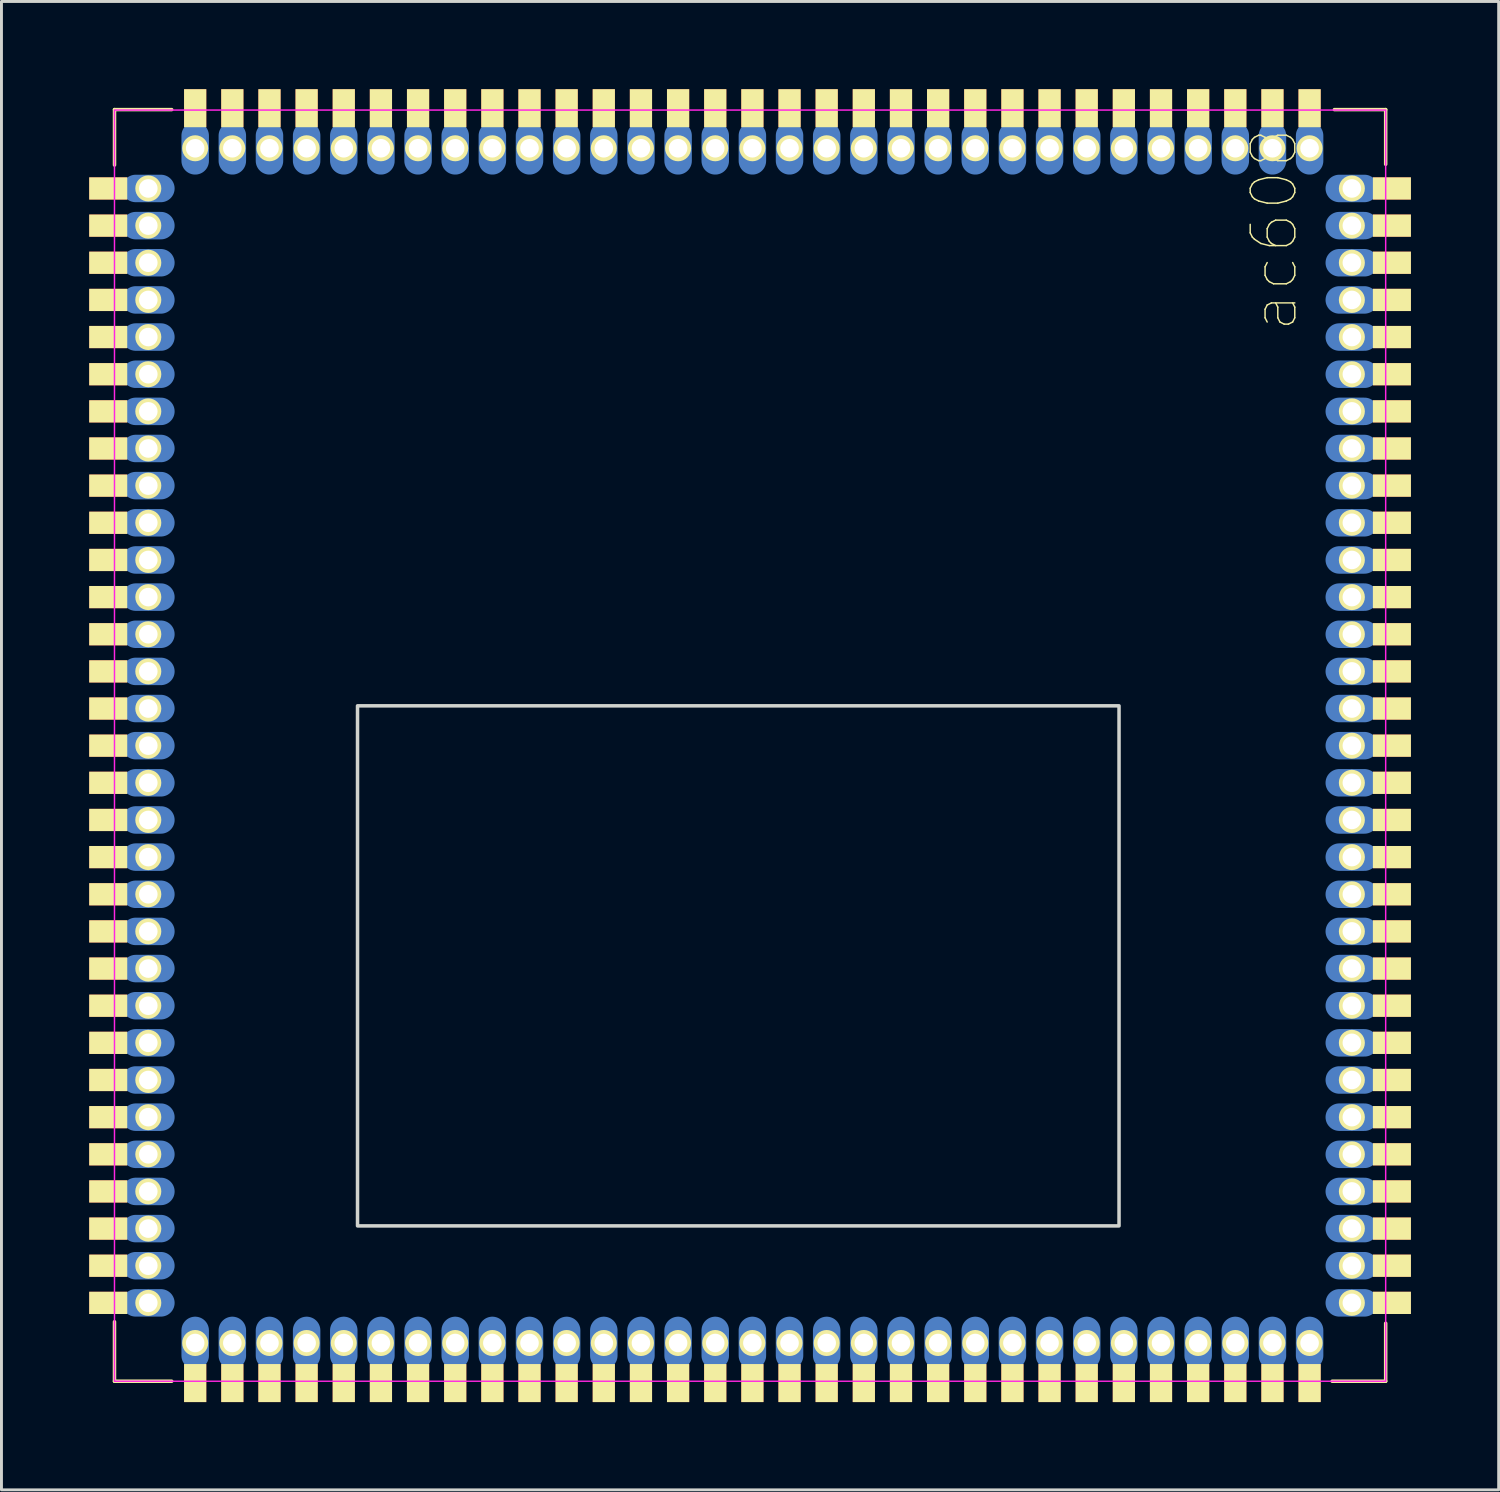
<source format=kicad_pcb>
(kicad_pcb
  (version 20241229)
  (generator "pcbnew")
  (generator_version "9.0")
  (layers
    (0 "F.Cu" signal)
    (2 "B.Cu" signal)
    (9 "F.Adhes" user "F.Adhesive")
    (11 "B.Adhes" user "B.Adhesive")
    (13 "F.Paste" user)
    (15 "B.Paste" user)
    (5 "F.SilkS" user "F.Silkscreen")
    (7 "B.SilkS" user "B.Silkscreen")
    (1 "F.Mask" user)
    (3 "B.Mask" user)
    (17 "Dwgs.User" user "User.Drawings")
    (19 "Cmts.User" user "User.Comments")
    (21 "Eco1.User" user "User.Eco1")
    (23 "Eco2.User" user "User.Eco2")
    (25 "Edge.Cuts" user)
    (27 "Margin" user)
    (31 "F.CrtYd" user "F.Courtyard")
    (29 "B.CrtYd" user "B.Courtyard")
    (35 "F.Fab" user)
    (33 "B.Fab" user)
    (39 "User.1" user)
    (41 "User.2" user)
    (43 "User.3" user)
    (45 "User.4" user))
  (footprint "ac608"
    (layer "F.Cu")
    (at 0.864 44.172)
    (property "Reference" "ac608" (at 39.65 -39.37 90) (layer "F.SilkS") (effects (font (size 1.524 1.524) (thickness 0.05))))
    (attr smd)
    (fp_line (start 0 0) (end 0 -2.032) (stroke (width 0.12) (type solid)) (layer "F.SilkS"))
    (fp_line (start 0 0) (end 1.956 0) (stroke (width 0.12) (type solid)) (layer "F.SilkS"))
    (fp_line (start 0.001 -43.475) (end 0.001 -41.58) (stroke (width 0.12) (type solid)) (layer "F.SilkS"))
    (fp_line (start 0.001 -43.475) (end 1.956 -43.475) (stroke (width 0.12) (type solid)) (layer "F.SilkS"))
    (fp_line (start 43.46 -43.475) (end 41.707 -43.475) (stroke (width 0.12) (type solid)) (layer "F.SilkS"))
    (fp_line (start 43.46 -43.475) (end 43.46 -41.605) (stroke (width 0.12) (type solid)) (layer "F.SilkS"))
    (fp_line (start 43.46 -1.981) (end 43.46 0) (stroke (width 0.12) (type solid)) (layer "F.SilkS"))
    (fp_line (start 43.46 0) (end 41.631 0) (stroke (width 0.12) (type solid)) (layer "F.SilkS"))
    (fp_rect (start 34.344 -5.311) (end 8.309 -23.091) (stroke (width 0.12) (type solid)) (fill no) (layer "Edge.Cuts"))
    (fp_rect (start 43.46 0) (end 0 -43.46) (stroke (width 0.05) (type solid)) (fill no) (layer "F.CrtYd"))
    (pad "1" thru_hole circle (at 42.304 -2.679 90) (size 0.889 0.889) (drill 0.635) (layers "*.Cu" "F.Mask" "F.SilkS"))
    (pad "1" smd oval (at 42.304 -2.679) (size 1.8 0.94) (layers "B.Cu" "B.Mask"))
    (pad "1" smd rect (at 42.841 -2.679 270) (size 0.5 0.5) (layers "F.Cu"))
    (pad "1" smd rect (at 43.673 -2.679 270) (size 0.76 1.3) (layers "F.Cu" "F.Mask" "F.SilkS" "F.Paste"))
    (pad "2" thru_hole circle (at 42.304 -3.949 90) (size 0.889 0.889) (drill 0.635) (layers "*.Cu" "F.Mask" "F.SilkS"))
    (pad "2" smd oval (at 42.304 -3.949) (size 1.8 0.94) (layers "B.Cu" "B.Mask"))
    (pad "2" smd rect (at 42.841 -3.949 270) (size 0.5 0.5) (layers "F.Cu"))
    (pad "2" smd rect (at 43.673 -3.949 270) (size 0.76 1.3) (layers "F.Cu" "F.Mask" "F.SilkS" "F.Paste"))
    (pad "3" thru_hole circle (at 42.304 -5.218 90) (size 0.889 0.889) (drill 0.635) (layers "*.Cu" "F.Mask" "F.SilkS"))
    (pad "3" smd oval (at 42.304 -5.218) (size 1.8 0.94) (layers "B.Cu" "B.Mask"))
    (pad "3" smd rect (at 42.841 -5.218 270) (size 0.5 0.5) (layers "F.Cu"))
    (pad "3" smd rect (at 43.673 -5.218 270) (size 0.76 1.3) (layers "F.Cu" "F.Mask" "F.SilkS" "F.Paste"))
    (pad "4" thru_hole circle (at 42.304 -6.489 90) (size 0.889 0.889) (drill 0.635) (layers "*.Cu" "F.Mask" "F.SilkS"))
    (pad "4" smd oval (at 42.304 -6.489) (size 1.8 0.94) (layers "B.Cu" "B.Mask"))
    (pad "4" smd rect (at 42.841 -6.489 270) (size 0.5 0.5) (layers "F.Cu"))
    (pad "4" smd rect (at 43.673 -6.489 270) (size 0.76 1.3) (layers "F.Cu" "F.Mask" "F.SilkS" "F.Paste"))
    (pad "5" thru_hole circle (at 42.304 -7.758 90) (size 0.889 0.889) (drill 0.635) (layers "*.Cu" "F.Mask" "F.SilkS"))
    (pad "5" smd oval (at 42.304 -7.758) (size 1.8 0.94) (layers "B.Cu" "B.Mask"))
    (pad "5" smd rect (at 42.841 -7.758 270) (size 0.5 0.5) (layers "F.Cu"))
    (pad "5" smd rect (at 43.673 -7.758 270) (size 0.76 1.3) (layers "F.Cu" "F.Mask" "F.SilkS" "F.Paste"))
    (pad "6" thru_hole circle (at 42.304 -9.028 90) (size 0.889 0.889) (drill 0.635) (layers "*.Cu" "F.Mask" "F.SilkS"))
    (pad "6" smd oval (at 42.304 -9.028) (size 1.8 0.94) (layers "B.Cu" "B.Mask"))
    (pad "6" smd rect (at 42.841 -9.028 270) (size 0.5 0.5) (layers "F.Cu"))
    (pad "6" smd rect (at 43.673 -9.028 270) (size 0.76 1.3) (layers "F.Cu" "F.Mask" "F.SilkS" "F.Paste"))
    (pad "7" thru_hole circle (at 42.304 -10.299 90) (size 0.889 0.889) (drill 0.635) (layers "*.Cu" "F.Mask" "F.SilkS"))
    (pad "7" smd oval (at 42.304 -10.299) (size 1.8 0.94) (layers "B.Cu" "B.Mask"))
    (pad "7" smd rect (at 42.841 -10.299 270) (size 0.5 0.5) (layers "F.Cu"))
    (pad "7" smd rect (at 43.673 -10.299 270) (size 0.76 1.3) (layers "F.Cu" "F.Mask" "F.SilkS" "F.Paste"))
    (pad "8" thru_hole circle (at 42.304 -11.569 90) (size 0.889 0.889) (drill 0.635) (layers "*.Cu" "F.Mask" "F.SilkS"))
    (pad "8" smd oval (at 42.304 -11.569) (size 1.8 0.94) (layers "B.Cu" "B.Mask"))
    (pad "8" smd rect (at 42.841 -11.569 270) (size 0.5 0.5) (layers "F.Cu"))
    (pad "8" smd rect (at 43.673 -11.569 270) (size 0.76 1.3) (layers "F.Cu" "F.Mask" "F.SilkS" "F.Paste"))
    (pad "9" thru_hole circle (at 42.304 -12.838 90) (size 0.889 0.889) (drill 0.635) (layers "*.Cu" "F.Mask" "F.SilkS"))
    (pad "9" smd oval (at 42.304 -12.838) (size 1.8 0.94) (layers "B.Cu" "B.Mask"))
    (pad "9" smd rect (at 42.841 -12.838 270) (size 0.5 0.5) (layers "F.Cu"))
    (pad "9" smd rect (at 43.673 -12.838 270) (size 0.76 1.3) (layers "F.Cu" "F.Mask" "F.SilkS" "F.Paste"))
    (pad "10" thru_hole circle (at 42.304 -14.108 90) (size 0.889 0.889) (drill 0.635) (layers "*.Cu" "F.Mask" "F.SilkS"))
    (pad "10" smd oval (at 42.304 -14.108) (size 1.8 0.94) (layers "B.Cu" "B.Mask"))
    (pad "10" smd rect (at 42.841 -14.108 270) (size 0.5 0.5) (layers "F.Cu"))
    (pad "10" smd rect (at 43.673 -14.108 270) (size 0.76 1.3) (layers "F.Cu" "F.Mask" "F.SilkS" "F.Paste"))
    (pad "11" thru_hole circle (at 42.304 -15.379 90) (size 0.889 0.889) (drill 0.635) (layers "*.Cu" "F.Mask" "F.SilkS"))
    (pad "11" smd oval (at 42.304 -15.379) (size 1.8 0.94) (layers "B.Cu" "B.Mask"))
    (pad "11" smd rect (at 42.841 -15.379 270) (size 0.5 0.5) (layers "F.Cu"))
    (pad "11" smd rect (at 43.673 -15.379 270) (size 0.76 1.3) (layers "F.Cu" "F.Mask" "F.SilkS" "F.Paste"))
    (pad "12" thru_hole circle (at 42.304 -16.648 90) (size 0.889 0.889) (drill 0.635) (layers "*.Cu" "F.Mask" "F.SilkS"))
    (pad "12" smd oval (at 42.304 -16.648) (size 1.8 0.94) (layers "B.Cu" "B.Mask"))
    (pad "12" smd rect (at 42.841 -16.648 270) (size 0.5 0.5) (layers "F.Cu"))
    (pad "12" smd rect (at 43.673 -16.648 270) (size 0.76 1.3) (layers "F.Cu" "F.Mask" "F.SilkS" "F.Paste"))
    (pad "13" thru_hole circle (at 42.304 -17.919 90) (size 0.889 0.889) (drill 0.635) (layers "*.Cu" "F.Mask" "F.SilkS"))
    (pad "13" smd oval (at 42.304 -17.919) (size 1.8 0.94) (layers "B.Cu" "B.Mask"))
    (pad "13" smd rect (at 42.841 -17.919 270) (size 0.5 0.5) (layers "F.Cu"))
    (pad "13" smd rect (at 43.673 -17.919 270) (size 0.76 1.3) (layers "F.Cu" "F.Mask" "F.SilkS" "F.Paste"))
    (pad "14" thru_hole circle (at 42.304 -19.189 90) (size 0.889 0.889) (drill 0.635) (layers "*.Cu" "F.Mask" "F.SilkS"))
    (pad "14" smd oval (at 42.304 -19.189) (size 1.8 0.94) (layers "B.Cu" "B.Mask"))
    (pad "14" smd rect (at 42.841 -19.189 270) (size 0.5 0.5) (layers "F.Cu"))
    (pad "14" smd rect (at 43.673 -19.189 270) (size 0.76 1.3) (layers "F.Cu" "F.Mask" "F.SilkS" "F.Paste"))
    (pad "15" thru_hole circle (at 42.304 -20.459 90) (size 0.889 0.889) (drill 0.635) (layers "*.Cu" "F.Mask" "F.SilkS"))
    (pad "15" smd oval (at 42.304 -20.459) (size 1.8 0.94) (layers "B.Cu" "B.Mask"))
    (pad "15" smd rect (at 42.841 -20.459 270) (size 0.5 0.5) (layers "F.Cu"))
    (pad "15" smd rect (at 43.673 -20.459 270) (size 0.76 1.3) (layers "F.Cu" "F.Mask" "F.SilkS" "F.Paste"))
    (pad "16" thru_hole circle (at 42.304 -21.729 90) (size 0.889 0.889) (drill 0.635) (layers "*.Cu" "F.Mask" "F.SilkS"))
    (pad "16" smd oval (at 42.304 -21.729) (size 1.8 0.94) (layers "B.Cu" "B.Mask"))
    (pad "16" smd rect (at 42.841 -21.729 270) (size 0.5 0.5) (layers "F.Cu"))
    (pad "16" smd rect (at 43.673 -21.729 270) (size 0.76 1.3) (layers "F.Cu" "F.Mask" "F.SilkS" "F.Paste"))
    (pad "17" thru_hole circle (at 42.304 -22.998 90) (size 0.889 0.889) (drill 0.635) (layers "*.Cu" "F.Mask" "F.SilkS"))
    (pad "17" smd oval (at 42.304 -22.998) (size 1.8 0.94) (layers "B.Cu" "B.Mask"))
    (pad "17" smd rect (at 42.841 -22.998 270) (size 0.5 0.5) (layers "F.Cu"))
    (pad "17" smd rect (at 43.673 -22.998 270) (size 0.76 1.3) (layers "F.Cu" "F.Mask" "F.SilkS" "F.Paste"))
    (pad "18" thru_hole circle (at 42.304 -24.268 90) (size 0.889 0.889) (drill 0.635) (layers "*.Cu" "F.Mask" "F.SilkS"))
    (pad "18" smd oval (at 42.304 -24.268) (size 1.8 0.94) (layers "B.Cu" "B.Mask"))
    (pad "18" smd rect (at 42.841 -24.268 270) (size 0.5 0.5) (layers "F.Cu"))
    (pad "18" smd rect (at 43.673 -24.268 270) (size 0.76 1.3) (layers "F.Cu" "F.Mask" "F.SilkS" "F.Paste"))
    (pad "19" thru_hole circle (at 42.304 -25.538 90) (size 0.889 0.889) (drill 0.635) (layers "*.Cu" "F.Mask" "F.SilkS"))
    (pad "19" smd oval (at 42.304 -25.538) (size 1.8 0.94) (layers "B.Cu" "B.Mask"))
    (pad "19" smd rect (at 42.841 -25.538 270) (size 0.5 0.5) (layers "F.Cu"))
    (pad "19" smd rect (at 43.673 -25.538 270) (size 0.76 1.3) (layers "F.Cu" "F.Mask" "F.SilkS" "F.Paste"))
    (pad "20" thru_hole circle (at 42.304 -26.808 90) (size 0.889 0.889) (drill 0.635) (layers "*.Cu" "F.Mask" "F.SilkS"))
    (pad "20" smd oval (at 42.304 -26.808) (size 1.8 0.94) (layers "B.Cu" "B.Mask"))
    (pad "20" smd rect (at 42.841 -26.808 270) (size 0.5 0.5) (layers "F.Cu"))
    (pad "20" smd rect (at 43.673 -26.808 270) (size 0.76 1.3) (layers "F.Cu" "F.Mask" "F.SilkS" "F.Paste"))
    (pad "21" thru_hole circle (at 42.304 -28.078 90) (size 0.889 0.889) (drill 0.635) (layers "*.Cu" "F.Mask" "F.SilkS"))
    (pad "21" smd oval (at 42.304 -28.078) (size 1.8 0.94) (layers "B.Cu" "B.Mask"))
    (pad "21" smd rect (at 42.841 -28.078 270) (size 0.5 0.5) (layers "F.Cu"))
    (pad "21" smd rect (at 43.673 -28.078 270) (size 0.76 1.3) (layers "F.Cu" "F.Mask" "F.SilkS" "F.Paste"))
    (pad "22" thru_hole circle (at 42.304 -29.349 90) (size 0.889 0.889) (drill 0.635) (layers "*.Cu" "F.Mask" "F.SilkS"))
    (pad "22" smd oval (at 42.304 -29.349) (size 1.8 0.94) (layers "B.Cu" "B.Mask"))
    (pad "22" smd rect (at 42.841 -29.349 270) (size 0.5 0.5) (layers "F.Cu"))
    (pad "22" smd rect (at 43.673 -29.349 270) (size 0.76 1.3) (layers "F.Cu" "F.Mask" "F.SilkS" "F.Paste"))
    (pad "23" thru_hole circle (at 42.304 -30.619 90) (size 0.889 0.889) (drill 0.635) (layers "*.Cu" "F.Mask" "F.SilkS"))
    (pad "23" smd oval (at 42.304 -30.619) (size 1.8 0.94) (layers "B.Cu" "B.Mask"))
    (pad "23" smd rect (at 42.841 -30.619 270) (size 0.5 0.5) (layers "F.Cu"))
    (pad "23" smd rect (at 43.673 -30.619 270) (size 0.76 1.3) (layers "F.Cu" "F.Mask" "F.SilkS" "F.Paste"))
    (pad "24" thru_hole circle (at 42.304 -31.889 90) (size 0.889 0.889) (drill 0.635) (layers "*.Cu" "F.Mask" "F.SilkS"))
    (pad "24" smd oval (at 42.304 -31.889) (size 1.8 0.94) (layers "B.Cu" "B.Mask"))
    (pad "24" smd rect (at 42.841 -31.889 270) (size 0.5 0.5) (layers "F.Cu"))
    (pad "24" smd rect (at 43.673 -31.889 270) (size 0.76 1.3) (layers "F.Cu" "F.Mask" "F.SilkS" "F.Paste"))
    (pad "25" thru_hole circle (at 42.304 -33.158 90) (size 0.889 0.889) (drill 0.635) (layers "*.Cu" "F.Mask" "F.SilkS"))
    (pad "25" smd oval (at 42.304 -33.158) (size 1.8 0.94) (layers "B.Cu" "B.Mask"))
    (pad "25" smd rect (at 42.841 -33.158 270) (size 0.5 0.5) (layers "F.Cu"))
    (pad "25" smd rect (at 43.673 -33.158 270) (size 0.76 1.3) (layers "F.Cu" "F.Mask" "F.SilkS" "F.Paste"))
    (pad "26" thru_hole circle (at 42.304 -34.428 90) (size 0.889 0.889) (drill 0.635) (layers "*.Cu" "F.Mask" "F.SilkS"))
    (pad "26" smd oval (at 42.304 -34.428) (size 1.8 0.94) (layers "B.Cu" "B.Mask"))
    (pad "26" smd rect (at 42.841 -34.428 270) (size 0.5 0.5) (layers "F.Cu"))
    (pad "26" smd rect (at 43.673 -34.428 270) (size 0.76 1.3) (layers "F.Cu" "F.Mask" "F.SilkS" "F.Paste"))
    (pad "27" thru_hole circle (at 42.304 -35.699 90) (size 0.889 0.889) (drill 0.635) (layers "*.Cu" "F.Mask" "F.SilkS"))
    (pad "27" smd oval (at 42.304 -35.699) (size 1.8 0.94) (layers "B.Cu" "B.Mask"))
    (pad "27" smd rect (at 42.841 -35.699 270) (size 0.5 0.5) (layers "F.Cu"))
    (pad "27" smd rect (at 43.673 -35.699 270) (size 0.76 1.3) (layers "F.Cu" "F.Mask" "F.SilkS" "F.Paste"))
    (pad "28" thru_hole circle (at 42.304 -36.968 90) (size 0.889 0.889) (drill 0.635) (layers "*.Cu" "F.Mask" "F.SilkS"))
    (pad "28" smd oval (at 42.304 -36.968) (size 1.8 0.94) (layers "B.Cu" "B.Mask"))
    (pad "28" smd rect (at 42.841 -36.968 270) (size 0.5 0.5) (layers "F.Cu"))
    (pad "28" smd rect (at 43.673 -36.968 270) (size 0.76 1.3) (layers "F.Cu" "F.Mask" "F.SilkS" "F.Paste"))
    (pad "29" thru_hole circle (at 42.304 -38.239 90) (size 0.889 0.889) (drill 0.635) (layers "*.Cu" "F.Mask" "F.SilkS"))
    (pad "29" smd oval (at 42.304 -38.239) (size 1.8 0.94) (layers "B.Cu" "B.Mask"))
    (pad "29" smd rect (at 42.841 -38.239 270) (size 0.5 0.5) (layers "F.Cu"))
    (pad "29" smd rect (at 43.673 -38.239 270) (size 0.76 1.3) (layers "F.Cu" "F.Mask" "F.SilkS" "F.Paste"))
    (pad "30" thru_hole circle (at 42.304 -39.508 90) (size 0.889 0.889) (drill 0.635) (layers "*.Cu" "F.Mask" "F.SilkS"))
    (pad "30" smd oval (at 42.304 -39.508) (size 1.8 0.94) (layers "B.Cu" "B.Mask"))
    (pad "30" smd rect (at 42.841 -39.508 270) (size 0.5 0.5) (layers "F.Cu"))
    (pad "30" smd rect (at 43.673 -39.508 270) (size 0.76 1.3) (layers "F.Cu" "F.Mask" "F.SilkS" "F.Paste"))
    (pad "31" thru_hole circle (at 42.304 -40.779 90) (size 0.889 0.889) (drill 0.635) (layers "*.Cu" "F.Mask" "F.SilkS"))
    (pad "31" smd oval (at 42.304 -40.779) (size 1.8 0.94) (layers "B.Cu" "B.Mask"))
    (pad "31" smd rect (at 42.841 -40.779 270) (size 0.5 0.5) (layers "F.Cu"))
    (pad "31" smd rect (at 43.673 -40.779 270) (size 0.76 1.3) (layers "F.Cu" "F.Mask" "F.SilkS" "F.Paste"))
    (pad "32" smd rect (at 40.859 -43.523) (size 0.76 1.3) (layers "F.Cu" "F.Mask" "F.SilkS" "F.Paste"))
    (pad "32" smd rect (at 40.859 -42.69) (size 0.5 0.5) (layers "F.Cu"))
    (pad "32" thru_hole circle (at 40.859 -42.153 180) (size 0.889 0.889) (drill 0.635) (layers "*.Cu" "F.Mask" "F.SilkS"))
    (pad "32" smd oval (at 40.859 -42.153 90) (size 1.8 0.94) (layers "B.Cu" "B.Mask"))
    (pad "33" smd rect (at 39.589 -43.523) (size 0.76 1.3) (layers "F.Cu" "F.Mask" "F.SilkS" "F.Paste"))
    (pad "33" smd rect (at 39.589 -42.69) (size 0.5 0.5) (layers "F.Cu"))
    (pad "33" thru_hole circle (at 39.589 -42.153 180) (size 0.889 0.889) (drill 0.635) (layers "*.Cu" "F.Mask" "F.SilkS"))
    (pad "33" smd oval (at 39.589 -42.153 90) (size 1.8 0.94) (layers "B.Cu" "B.Mask"))
    (pad "34" smd rect (at 38.319 -43.523) (size 0.76 1.3) (layers "F.Cu" "F.Mask" "F.SilkS" "F.Paste"))
    (pad "34" smd rect (at 38.319 -42.69) (size 0.5 0.5) (layers "F.Cu"))
    (pad "34" thru_hole circle (at 38.319 -42.153 180) (size 0.889 0.889) (drill 0.635) (layers "*.Cu" "F.Mask" "F.SilkS"))
    (pad "34" smd oval (at 38.319 -42.153 90) (size 1.8 0.94) (layers "B.Cu" "B.Mask"))
    (pad "35" smd rect (at 37.049 -43.523) (size 0.76 1.3) (layers "F.Cu" "F.Mask" "F.SilkS" "F.Paste"))
    (pad "35" smd rect (at 37.049 -42.69) (size 0.5 0.5) (layers "F.Cu"))
    (pad "35" thru_hole circle (at 37.049 -42.153 180) (size 0.889 0.889) (drill 0.635) (layers "*.Cu" "F.Mask" "F.SilkS"))
    (pad "35" smd oval (at 37.049 -42.153 90) (size 1.8 0.94) (layers "B.Cu" "B.Mask"))
    (pad "36" smd rect (at 35.779 -43.523) (size 0.76 1.3) (layers "F.Cu" "F.Mask" "F.SilkS" "F.Paste"))
    (pad "36" smd rect (at 35.779 -42.69) (size 0.5 0.5) (layers "F.Cu"))
    (pad "36" thru_hole circle (at 35.779 -42.153 180) (size 0.889 0.889) (drill 0.635) (layers "*.Cu" "F.Mask" "F.SilkS"))
    (pad "36" smd oval (at 35.779 -42.153 90) (size 1.8 0.94) (layers "B.Cu" "B.Mask"))
    (pad "37" smd rect (at 34.509 -43.523) (size 0.76 1.3) (layers "F.Cu" "F.Mask" "F.SilkS" "F.Paste"))
    (pad "37" smd rect (at 34.509 -42.69) (size 0.5 0.5) (layers "F.Cu"))
    (pad "37" thru_hole circle (at 34.509 -42.153 180) (size 0.889 0.889) (drill 0.635) (layers "*.Cu" "F.Mask" "F.SilkS"))
    (pad "37" smd oval (at 34.509 -42.153 90) (size 1.8 0.94) (layers "B.Cu" "B.Mask"))
    (pad "38" smd rect (at 33.239 -43.523) (size 0.76 1.3) (layers "F.Cu" "F.Mask" "F.SilkS" "F.Paste"))
    (pad "38" smd rect (at 33.239 -42.69) (size 0.5 0.5) (layers "F.Cu"))
    (pad "38" thru_hole circle (at 33.239 -42.153 180) (size 0.889 0.889) (drill 0.635) (layers "*.Cu" "F.Mask" "F.SilkS"))
    (pad "38" smd oval (at 33.239 -42.153 90) (size 1.8 0.94) (layers "B.Cu" "B.Mask"))
    (pad "39" smd rect (at 31.969 -43.523) (size 0.76 1.3) (layers "F.Cu" "F.Mask" "F.SilkS" "F.Paste"))
    (pad "39" smd rect (at 31.969 -42.69) (size 0.5 0.5) (layers "F.Cu"))
    (pad "39" thru_hole circle (at 31.969 -42.153 180) (size 0.889 0.889) (drill 0.635) (layers "*.Cu" "F.Mask" "F.SilkS"))
    (pad "39" smd oval (at 31.969 -42.153 90) (size 1.8 0.94) (layers "B.Cu" "B.Mask"))
    (pad "40" smd rect (at 30.699 -43.523) (size 0.76 1.3) (layers "F.Cu" "F.Mask" "F.SilkS" "F.Paste"))
    (pad "40" smd rect (at 30.699 -42.69) (size 0.5 0.5) (layers "F.Cu"))
    (pad "40" thru_hole circle (at 30.699 -42.153 180) (size 0.889 0.889) (drill 0.635) (layers "*.Cu" "F.Mask" "F.SilkS"))
    (pad "40" smd oval (at 30.699 -42.153 90) (size 1.8 0.94) (layers "B.Cu" "B.Mask"))
    (pad "41" smd rect (at 29.429 -43.523) (size 0.76 1.3) (layers "F.Cu" "F.Mask" "F.SilkS" "F.Paste"))
    (pad "41" smd rect (at 29.429 -42.69) (size 0.5 0.5) (layers "F.Cu"))
    (pad "41" thru_hole circle (at 29.429 -42.153 180) (size 0.889 0.889) (drill 0.635) (layers "*.Cu" "F.Mask" "F.SilkS"))
    (pad "41" smd oval (at 29.429 -42.153 90) (size 1.8 0.94) (layers "B.Cu" "B.Mask"))
    (pad "42" smd rect (at 28.159 -43.523) (size 0.76 1.3) (layers "F.Cu" "F.Mask" "F.SilkS" "F.Paste"))
    (pad "42" smd rect (at 28.159 -42.69) (size 0.5 0.5) (layers "F.Cu"))
    (pad "42" thru_hole circle (at 28.159 -42.153 180) (size 0.889 0.889) (drill 0.635) (layers "*.Cu" "F.Mask" "F.SilkS"))
    (pad "42" smd oval (at 28.159 -42.153 90) (size 1.8 0.94) (layers "B.Cu" "B.Mask"))
    (pad "43" smd rect (at 26.889 -43.523) (size 0.76 1.3) (layers "F.Cu" "F.Mask" "F.SilkS" "F.Paste"))
    (pad "43" smd rect (at 26.889 -42.69) (size 0.5 0.5) (layers "F.Cu"))
    (pad "43" thru_hole circle (at 26.889 -42.153 180) (size 0.889 0.889) (drill 0.635) (layers "*.Cu" "F.Mask" "F.SilkS"))
    (pad "43" smd oval (at 26.889 -42.153 90) (size 1.8 0.94) (layers "B.Cu" "B.Mask"))
    (pad "44" smd rect (at 25.619 -43.523) (size 0.76 1.3) (layers "F.Cu" "F.Mask" "F.SilkS" "F.Paste"))
    (pad "44" smd rect (at 25.619 -42.69) (size 0.5 0.5) (layers "F.Cu"))
    (pad "44" thru_hole circle (at 25.619 -42.153 180) (size 0.889 0.889) (drill 0.635) (layers "*.Cu" "F.Mask" "F.SilkS"))
    (pad "44" smd oval (at 25.619 -42.153 90) (size 1.8 0.94) (layers "B.Cu" "B.Mask"))
    (pad "45" smd rect (at 24.349 -43.523) (size 0.76 1.3) (layers "F.Cu" "F.Mask" "F.SilkS" "F.Paste"))
    (pad "45" smd rect (at 24.349 -42.69) (size 0.5 0.5) (layers "F.Cu"))
    (pad "45" thru_hole circle (at 24.349 -42.153 180) (size 0.889 0.889) (drill 0.635) (layers "*.Cu" "F.Mask" "F.SilkS"))
    (pad "45" smd oval (at 24.349 -42.153 90) (size 1.8 0.94) (layers "B.Cu" "B.Mask"))
    (pad "46" smd rect (at 23.079 -43.523) (size 0.76 1.3) (layers "F.Cu" "F.Mask" "F.SilkS" "F.Paste"))
    (pad "46" smd rect (at 23.079 -42.69) (size 0.5 0.5) (layers "F.Cu"))
    (pad "46" thru_hole circle (at 23.079 -42.153 180) (size 0.889 0.889) (drill 0.635) (layers "*.Cu" "F.Mask" "F.SilkS"))
    (pad "46" smd oval (at 23.079 -42.153 90) (size 1.8 0.94) (layers "B.Cu" "B.Mask"))
    (pad "47" smd rect (at 21.809 -43.523) (size 0.76 1.3) (layers "F.Cu" "F.Mask" "F.SilkS" "F.Paste"))
    (pad "47" smd rect (at 21.809 -42.69) (size 0.5 0.5) (layers "F.Cu"))
    (pad "47" thru_hole circle (at 21.809 -42.153 180) (size 0.889 0.889) (drill 0.635) (layers "*.Cu" "F.Mask" "F.SilkS"))
    (pad "47" smd oval (at 21.809 -42.153 90) (size 1.8 0.94) (layers "B.Cu" "B.Mask"))
    (pad "48" smd rect (at 20.539 -43.523) (size 0.76 1.3) (layers "F.Cu" "F.Mask" "F.SilkS" "F.Paste"))
    (pad "48" smd rect (at 20.539 -42.69) (size 0.5 0.5) (layers "F.Cu"))
    (pad "48" thru_hole circle (at 20.539 -42.153 180) (size 0.889 0.889) (drill 0.635) (layers "*.Cu" "F.Mask" "F.SilkS"))
    (pad "48" smd oval (at 20.539 -42.153 90) (size 1.8 0.94) (layers "B.Cu" "B.Mask"))
    (pad "49" smd rect (at 19.269 -43.523) (size 0.76 1.3) (layers "F.Cu" "F.Mask" "F.SilkS" "F.Paste"))
    (pad "49" smd rect (at 19.269 -42.69) (size 0.5 0.5) (layers "F.Cu"))
    (pad "49" thru_hole circle (at 19.269 -42.153 180) (size 0.889 0.889) (drill 0.635) (layers "*.Cu" "F.Mask" "F.SilkS"))
    (pad "49" smd oval (at 19.269 -42.153 90) (size 1.8 0.94) (layers "B.Cu" "B.Mask"))
    (pad "50" smd rect (at 17.999 -43.523) (size 0.76 1.3) (layers "F.Cu" "F.Mask" "F.SilkS" "F.Paste"))
    (pad "50" smd rect (at 17.999 -42.69) (size 0.5 0.5) (layers "F.Cu"))
    (pad "50" thru_hole circle (at 17.999 -42.153 180) (size 0.889 0.889) (drill 0.635) (layers "*.Cu" "F.Mask" "F.SilkS"))
    (pad "50" smd oval (at 17.999 -42.153 90) (size 1.8 0.94) (layers "B.Cu" "B.Mask"))
    (pad "51" smd rect (at 16.729 -43.523) (size 0.76 1.3) (layers "F.Cu" "F.Mask" "F.SilkS" "F.Paste"))
    (pad "51" smd rect (at 16.729 -42.69) (size 0.5 0.5) (layers "F.Cu"))
    (pad "51" thru_hole circle (at 16.729 -42.153 180) (size 0.889 0.889) (drill 0.635) (layers "*.Cu" "F.Mask" "F.SilkS"))
    (pad "51" smd oval (at 16.729 -42.153 90) (size 1.8 0.94) (layers "B.Cu" "B.Mask"))
    (pad "52" smd rect (at 15.459 -43.523) (size 0.76 1.3) (layers "F.Cu" "F.Mask" "F.SilkS" "F.Paste"))
    (pad "52" smd rect (at 15.459 -42.69) (size 0.5 0.5) (layers "F.Cu"))
    (pad "52" thru_hole circle (at 15.459 -42.153 180) (size 0.889 0.889) (drill 0.635) (layers "*.Cu" "F.Mask" "F.SilkS"))
    (pad "52" smd oval (at 15.459 -42.153 90) (size 1.8 0.94) (layers "B.Cu" "B.Mask"))
    (pad "53" smd rect (at 14.189 -43.523) (size 0.76 1.3) (layers "F.Cu" "F.Mask" "F.SilkS" "F.Paste"))
    (pad "53" smd rect (at 14.189 -42.69) (size 0.5 0.5) (layers "F.Cu"))
    (pad "53" thru_hole circle (at 14.189 -42.153 180) (size 0.889 0.889) (drill 0.635) (layers "*.Cu" "F.Mask" "F.SilkS"))
    (pad "53" smd oval (at 14.189 -42.153 90) (size 1.8 0.94) (layers "B.Cu" "B.Mask"))
    (pad "54" smd rect (at 12.919 -43.523) (size 0.76 1.3) (layers "F.Cu" "F.Mask" "F.SilkS" "F.Paste"))
    (pad "54" smd rect (at 12.919 -42.69) (size 0.5 0.5) (layers "F.Cu"))
    (pad "54" thru_hole circle (at 12.919 -42.153 180) (size 0.889 0.889) (drill 0.635) (layers "*.Cu" "F.Mask" "F.SilkS"))
    (pad "54" smd oval (at 12.919 -42.153 90) (size 1.8 0.94) (layers "B.Cu" "B.Mask"))
    (pad "55" smd rect (at 11.649 -43.523) (size 0.76 1.3) (layers "F.Cu" "F.Mask" "F.SilkS" "F.Paste"))
    (pad "55" smd rect (at 11.649 -42.69) (size 0.5 0.5) (layers "F.Cu"))
    (pad "55" thru_hole circle (at 11.649 -42.153 180) (size 0.889 0.889) (drill 0.635) (layers "*.Cu" "F.Mask" "F.SilkS"))
    (pad "55" smd oval (at 11.649 -42.153 90) (size 1.8 0.94) (layers "B.Cu" "B.Mask"))
    (pad "56" smd rect (at 10.379 -43.523) (size 0.76 1.3) (layers "F.Cu" "F.Mask" "F.SilkS" "F.Paste"))
    (pad "56" smd rect (at 10.379 -42.69) (size 0.5 0.5) (layers "F.Cu"))
    (pad "56" thru_hole circle (at 10.379 -42.153 180) (size 0.889 0.889) (drill 0.635) (layers "*.Cu" "F.Mask" "F.SilkS"))
    (pad "56" smd oval (at 10.379 -42.153 90) (size 1.8 0.94) (layers "B.Cu" "B.Mask"))
    (pad "57" smd rect (at 9.109 -43.523) (size 0.76 1.3) (layers "F.Cu" "F.Mask" "F.SilkS" "F.Paste"))
    (pad "57" smd rect (at 9.109 -42.69) (size 0.5 0.5) (layers "F.Cu"))
    (pad "57" thru_hole circle (at 9.109 -42.153 180) (size 0.889 0.889) (drill 0.635) (layers "*.Cu" "F.Mask" "F.SilkS"))
    (pad "57" smd oval (at 9.109 -42.153 90) (size 1.8 0.94) (layers "B.Cu" "B.Mask"))
    (pad "58" smd rect (at 7.839 -43.523) (size 0.76 1.3) (layers "F.Cu" "F.Mask" "F.SilkS" "F.Paste"))
    (pad "58" smd rect (at 7.839 -42.69) (size 0.5 0.5) (layers "F.Cu"))
    (pad "58" thru_hole circle (at 7.839 -42.153 180) (size 0.889 0.889) (drill 0.635) (layers "*.Cu" "F.Mask" "F.SilkS"))
    (pad "58" smd oval (at 7.839 -42.153 90) (size 1.8 0.94) (layers "B.Cu" "B.Mask"))
    (pad "59" smd rect (at 6.569 -43.523) (size 0.76 1.3) (layers "F.Cu" "F.Mask" "F.SilkS" "F.Paste"))
    (pad "59" smd rect (at 6.569 -42.69) (size 0.5 0.5) (layers "F.Cu"))
    (pad "59" thru_hole circle (at 6.569 -42.153 180) (size 0.889 0.889) (drill 0.635) (layers "*.Cu" "F.Mask" "F.SilkS"))
    (pad "59" smd oval (at 6.569 -42.153 90) (size 1.8 0.94) (layers "B.Cu" "B.Mask"))
    (pad "60" smd rect (at 5.299 -43.523) (size 0.76 1.3) (layers "F.Cu" "F.Mask" "F.SilkS" "F.Paste"))
    (pad "60" smd rect (at 5.299 -42.69) (size 0.5 0.5) (layers "F.Cu"))
    (pad "60" thru_hole circle (at 5.299 -42.153 180) (size 0.889 0.889) (drill 0.635) (layers "*.Cu" "F.Mask" "F.SilkS"))
    (pad "60" smd oval (at 5.299 -42.153 90) (size 1.8 0.94) (layers "B.Cu" "B.Mask"))
    (pad "61" smd rect (at 4.029 -43.523) (size 0.76 1.3) (layers "F.Cu" "F.Mask" "F.SilkS" "F.Paste"))
    (pad "61" smd rect (at 4.029 -42.69) (size 0.5 0.5) (layers "F.Cu"))
    (pad "61" thru_hole circle (at 4.029 -42.153 180) (size 0.889 0.889) (drill 0.635) (layers "*.Cu" "F.Mask" "F.SilkS"))
    (pad "61" smd oval (at 4.029 -42.153 90) (size 1.8 0.94) (layers "B.Cu" "B.Mask"))
    (pad "62" smd rect (at 2.759 -43.523) (size 0.76 1.3) (layers "F.Cu" "F.Mask" "F.SilkS" "F.Paste"))
    (pad "62" smd rect (at 2.759 -42.69) (size 0.5 0.5) (layers "F.Cu"))
    (pad "62" thru_hole circle (at 2.759 -42.153 180) (size 0.889 0.889) (drill 0.635) (layers "*.Cu" "F.Mask" "F.SilkS"))
    (pad "62" smd oval (at 2.759 -42.153 90) (size 1.8 0.94) (layers "B.Cu" "B.Mask"))
    (pad "63" smd rect (at -0.214 -40.779 90) (size 0.76 1.3) (layers "F.Cu" "F.Mask" "F.SilkS" "F.Paste"))
    (pad "63" smd rect (at 0.619 -40.779 90) (size 0.5 0.5) (layers "F.Cu"))
    (pad "63" thru_hole circle (at 1.156 -40.779 270) (size 0.889 0.889) (drill 0.635) (layers "*.Cu" "F.Mask" "F.SilkS"))
    (pad "63" smd oval (at 1.156 -40.779 180) (size 1.8 0.94) (layers "B.Cu" "B.Mask"))
    (pad "64" smd rect (at -0.214 -39.508 90) (size 0.76 1.3) (layers "F.Cu" "F.Mask" "F.SilkS" "F.Paste"))
    (pad "64" smd rect (at 0.619 -39.508 90) (size 0.5 0.5) (layers "F.Cu"))
    (pad "64" thru_hole circle (at 1.156 -39.508 270) (size 0.889 0.889) (drill 0.635) (layers "*.Cu" "F.Mask" "F.SilkS"))
    (pad "64" smd oval (at 1.156 -39.508 180) (size 1.8 0.94) (layers "B.Cu" "B.Mask"))
    (pad "65" smd rect (at -0.214 -38.239 90) (size 0.76 1.3) (layers "F.Cu" "F.Mask" "F.SilkS" "F.Paste"))
    (pad "65" smd rect (at 0.619 -38.239 90) (size 0.5 0.5) (layers "F.Cu"))
    (pad "65" thru_hole circle (at 1.156 -38.239 270) (size 0.889 0.889) (drill 0.635) (layers "*.Cu" "F.Mask" "F.SilkS"))
    (pad "65" smd oval (at 1.156 -38.239 180) (size 1.8 0.94) (layers "B.Cu" "B.Mask"))
    (pad "66" smd rect (at -0.214 -36.968 90) (size 0.76 1.3) (layers "F.Cu" "F.Mask" "F.SilkS" "F.Paste"))
    (pad "66" smd rect (at 0.619 -36.968 90) (size 0.5 0.5) (layers "F.Cu"))
    (pad "66" thru_hole circle (at 1.156 -36.968 270) (size 0.889 0.889) (drill 0.635) (layers "*.Cu" "F.Mask" "F.SilkS"))
    (pad "66" smd oval (at 1.156 -36.968 180) (size 1.8 0.94) (layers "B.Cu" "B.Mask"))
    (pad "67" smd rect (at -0.214 -35.699 90) (size 0.76 1.3) (layers "F.Cu" "F.Mask" "F.SilkS" "F.Paste"))
    (pad "67" smd rect (at 0.619 -35.699 90) (size 0.5 0.5) (layers "F.Cu"))
    (pad "67" thru_hole circle (at 1.156 -35.699 270) (size 0.889 0.889) (drill 0.635) (layers "*.Cu" "F.Mask" "F.SilkS"))
    (pad "67" smd oval (at 1.156 -35.699 180) (size 1.8 0.94) (layers "B.Cu" "B.Mask"))
    (pad "68" smd rect (at -0.214 -34.428 90) (size 0.76 1.3) (layers "F.Cu" "F.Mask" "F.SilkS" "F.Paste"))
    (pad "68" smd rect (at 0.619 -34.428 90) (size 0.5 0.5) (layers "F.Cu"))
    (pad "68" thru_hole circle (at 1.156 -34.428 270) (size 0.889 0.889) (drill 0.635) (layers "*.Cu" "F.Mask" "F.SilkS"))
    (pad "68" smd oval (at 1.156 -34.428 180) (size 1.8 0.94) (layers "B.Cu" "B.Mask"))
    (pad "69" smd rect (at -0.214 -33.158 90) (size 0.76 1.3) (layers "F.Cu" "F.Mask" "F.SilkS" "F.Paste"))
    (pad "69" smd rect (at 0.619 -33.158 90) (size 0.5 0.5) (layers "F.Cu"))
    (pad "69" thru_hole circle (at 1.156 -33.158 270) (size 0.889 0.889) (drill 0.635) (layers "*.Cu" "F.Mask" "F.SilkS"))
    (pad "69" smd oval (at 1.156 -33.158 180) (size 1.8 0.94) (layers "B.Cu" "B.Mask"))
    (pad "70" smd rect (at -0.214 -31.889 90) (size 0.76 1.3) (layers "F.Cu" "F.Mask" "F.SilkS" "F.Paste"))
    (pad "70" smd rect (at 0.619 -31.889 90) (size 0.5 0.5) (layers "F.Cu"))
    (pad "70" thru_hole circle (at 1.156 -31.889 270) (size 0.889 0.889) (drill 0.635) (layers "*.Cu" "F.Mask" "F.SilkS"))
    (pad "70" smd oval (at 1.156 -31.889 180) (size 1.8 0.94) (layers "B.Cu" "B.Mask"))
    (pad "71" smd rect (at -0.214 -30.619 90) (size 0.76 1.3) (layers "F.Cu" "F.Mask" "F.SilkS" "F.Paste"))
    (pad "71" smd rect (at 0.619 -30.619 90) (size 0.5 0.5) (layers "F.Cu"))
    (pad "71" thru_hole circle (at 1.156 -30.619 270) (size 0.889 0.889) (drill 0.635) (layers "*.Cu" "F.Mask" "F.SilkS"))
    (pad "71" smd oval (at 1.156 -30.619 180) (size 1.8 0.94) (layers "B.Cu" "B.Mask"))
    (pad "72" smd rect (at -0.214 -29.349 90) (size 0.76 1.3) (layers "F.Cu" "F.Mask" "F.SilkS" "F.Paste"))
    (pad "72" smd rect (at 0.619 -29.349 90) (size 0.5 0.5) (layers "F.Cu"))
    (pad "72" thru_hole circle (at 1.156 -29.349 270) (size 0.889 0.889) (drill 0.635) (layers "*.Cu" "F.Mask" "F.SilkS"))
    (pad "72" smd oval (at 1.156 -29.349 180) (size 1.8 0.94) (layers "B.Cu" "B.Mask"))
    (pad "73" smd rect (at -0.214 -28.078 90) (size 0.76 1.3) (layers "F.Cu" "F.Mask" "F.SilkS" "F.Paste"))
    (pad "73" smd rect (at 0.619 -28.078 90) (size 0.5 0.5) (layers "F.Cu"))
    (pad "73" thru_hole circle (at 1.156 -28.078 270) (size 0.889 0.889) (drill 0.635) (layers "*.Cu" "F.Mask" "F.SilkS"))
    (pad "73" smd oval (at 1.156 -28.078 180) (size 1.8 0.94) (layers "B.Cu" "B.Mask"))
    (pad "74" smd rect (at -0.214 -26.808 90) (size 0.76 1.3) (layers "F.Cu" "F.Mask" "F.SilkS" "F.Paste"))
    (pad "74" smd rect (at 0.619 -26.808 90) (size 0.5 0.5) (layers "F.Cu"))
    (pad "74" thru_hole circle (at 1.156 -26.808 270) (size 0.889 0.889) (drill 0.635) (layers "*.Cu" "F.Mask" "F.SilkS"))
    (pad "74" smd oval (at 1.156 -26.808 180) (size 1.8 0.94) (layers "B.Cu" "B.Mask"))
    (pad "75" smd rect (at -0.214 -25.538 90) (size 0.76 1.3) (layers "F.Cu" "F.Mask" "F.SilkS" "F.Paste"))
    (pad "75" smd rect (at 0.619 -25.538 90) (size 0.5 0.5) (layers "F.Cu"))
    (pad "75" thru_hole circle (at 1.156 -25.538 270) (size 0.889 0.889) (drill 0.635) (layers "*.Cu" "F.Mask" "F.SilkS"))
    (pad "75" smd oval (at 1.156 -25.538 180) (size 1.8 0.94) (layers "B.Cu" "B.Mask"))
    (pad "76" smd rect (at -0.214 -24.268 90) (size 0.76 1.3) (layers "F.Cu" "F.Mask" "F.SilkS" "F.Paste"))
    (pad "76" smd rect (at 0.619 -24.268 90) (size 0.5 0.5) (layers "F.Cu"))
    (pad "76" thru_hole circle (at 1.156 -24.268 270) (size 0.889 0.889) (drill 0.635) (layers "*.Cu" "F.Mask" "F.SilkS"))
    (pad "76" smd oval (at 1.156 -24.268 180) (size 1.8 0.94) (layers "B.Cu" "B.Mask"))
    (pad "77" smd rect (at -0.214 -22.998 90) (size 0.76 1.3) (layers "F.Cu" "F.Mask" "F.SilkS" "F.Paste"))
    (pad "77" smd rect (at 0.619 -22.998 90) (size 0.5 0.5) (layers "F.Cu"))
    (pad "77" thru_hole circle (at 1.156 -22.998 270) (size 0.889 0.889) (drill 0.635) (layers "*.Cu" "F.Mask" "F.SilkS"))
    (pad "77" smd oval (at 1.156 -22.998 180) (size 1.8 0.94) (layers "B.Cu" "B.Mask"))
    (pad "78" smd rect (at -0.214 -21.729 90) (size 0.76 1.3) (layers "F.Cu" "F.Mask" "F.SilkS" "F.Paste"))
    (pad "78" smd rect (at 0.619 -21.729 90) (size 0.5 0.5) (layers "F.Cu"))
    (pad "78" thru_hole circle (at 1.156 -21.729 270) (size 0.889 0.889) (drill 0.635) (layers "*.Cu" "F.Mask" "F.SilkS"))
    (pad "78" smd oval (at 1.156 -21.729 180) (size 1.8 0.94) (layers "B.Cu" "B.Mask"))
    (pad "79" smd rect (at -0.214 -20.459 90) (size 0.76 1.3) (layers "F.Cu" "F.Mask" "F.SilkS" "F.Paste"))
    (pad "79" smd rect (at 0.619 -20.459 90) (size 0.5 0.5) (layers "F.Cu"))
    (pad "79" thru_hole circle (at 1.156 -20.459 270) (size 0.889 0.889) (drill 0.635) (layers "*.Cu" "F.Mask" "F.SilkS"))
    (pad "79" smd oval (at 1.156 -20.459 180) (size 1.8 0.94) (layers "B.Cu" "B.Mask"))
    (pad "80" smd rect (at -0.214 -19.189 90) (size 0.76 1.3) (layers "F.Cu" "F.Mask" "F.SilkS" "F.Paste"))
    (pad "80" smd rect (at 0.619 -19.189 90) (size 0.5 0.5) (layers "F.Cu"))
    (pad "80" thru_hole circle (at 1.156 -19.189 270) (size 0.889 0.889) (drill 0.635) (layers "*.Cu" "F.Mask" "F.SilkS"))
    (pad "80" smd oval (at 1.156 -19.189 180) (size 1.8 0.94) (layers "B.Cu" "B.Mask"))
    (pad "81" smd rect (at -0.214 -17.919 90) (size 0.76 1.3) (layers "F.Cu" "F.Mask" "F.SilkS" "F.Paste"))
    (pad "81" smd rect (at 0.619 -17.919 90) (size 0.5 0.5) (layers "F.Cu"))
    (pad "81" thru_hole circle (at 1.156 -17.919 270) (size 0.889 0.889) (drill 0.635) (layers "*.Cu" "F.Mask" "F.SilkS"))
    (pad "81" smd oval (at 1.156 -17.919 180) (size 1.8 0.94) (layers "B.Cu" "B.Mask"))
    (pad "82" smd rect (at -0.214 -16.648 90) (size 0.76 1.3) (layers "F.Cu" "F.Mask" "F.SilkS" "F.Paste"))
    (pad "82" smd rect (at 0.619 -16.648 90) (size 0.5 0.5) (layers "F.Cu"))
    (pad "82" thru_hole circle (at 1.156 -16.648 270) (size 0.889 0.889) (drill 0.635) (layers "*.Cu" "F.Mask" "F.SilkS"))
    (pad "82" smd oval (at 1.156 -16.648 180) (size 1.8 0.94) (layers "B.Cu" "B.Mask"))
    (pad "83" smd rect (at -0.214 -15.379 90) (size 0.76 1.3) (layers "F.Cu" "F.Mask" "F.SilkS" "F.Paste"))
    (pad "83" smd rect (at 0.619 -15.379 90) (size 0.5 0.5) (layers "F.Cu"))
    (pad "83" thru_hole circle (at 1.156 -15.379 270) (size 0.889 0.889) (drill 0.635) (layers "*.Cu" "F.Mask" "F.SilkS"))
    (pad "83" smd oval (at 1.156 -15.379 180) (size 1.8 0.94) (layers "B.Cu" "B.Mask"))
    (pad "84" smd rect (at -0.214 -14.108 90) (size 0.76 1.3) (layers "F.Cu" "F.Mask" "F.SilkS" "F.Paste"))
    (pad "84" smd rect (at 0.619 -14.108 90) (size 0.5 0.5) (layers "F.Cu"))
    (pad "84" thru_hole circle (at 1.156 -14.108 270) (size 0.889 0.889) (drill 0.635) (layers "*.Cu" "F.Mask" "F.SilkS"))
    (pad "84" smd oval (at 1.156 -14.108 180) (size 1.8 0.94) (layers "B.Cu" "B.Mask"))
    (pad "85" smd rect (at -0.214 -12.838 90) (size 0.76 1.3) (layers "F.Cu" "F.Mask" "F.SilkS" "F.Paste"))
    (pad "85" smd rect (at 0.619 -12.838 90) (size 0.5 0.5) (layers "F.Cu"))
    (pad "85" thru_hole circle (at 1.156 -12.838 270) (size 0.889 0.889) (drill 0.635) (layers "*.Cu" "F.Mask" "F.SilkS"))
    (pad "85" smd oval (at 1.156 -12.838 180) (size 1.8 0.94) (layers "B.Cu" "B.Mask"))
    (pad "86" smd rect (at -0.214 -11.569 90) (size 0.76 1.3) (layers "F.Cu" "F.Mask" "F.SilkS" "F.Paste"))
    (pad "86" smd rect (at 0.619 -11.569 90) (size 0.5 0.5) (layers "F.Cu"))
    (pad "86" thru_hole circle (at 1.156 -11.569 270) (size 0.889 0.889) (drill 0.635) (layers "*.Cu" "F.Mask" "F.SilkS"))
    (pad "86" smd oval (at 1.156 -11.569 180) (size 1.8 0.94) (layers "B.Cu" "B.Mask"))
    (pad "87" smd rect (at -0.214 -10.299 90) (size 0.76 1.3) (layers "F.Cu" "F.Mask" "F.SilkS" "F.Paste"))
    (pad "87" smd rect (at 0.619 -10.299 90) (size 0.5 0.5) (layers "F.Cu"))
    (pad "87" thru_hole circle (at 1.156 -10.299 270) (size 0.889 0.889) (drill 0.635) (layers "*.Cu" "F.Mask" "F.SilkS"))
    (pad "87" smd oval (at 1.156 -10.299 180) (size 1.8 0.94) (layers "B.Cu" "B.Mask"))
    (pad "88" smd rect (at -0.214 -9.028 90) (size 0.76 1.3) (layers "F.Cu" "F.Mask" "F.SilkS" "F.Paste"))
    (pad "88" smd rect (at 0.619 -9.028 90) (size 0.5 0.5) (layers "F.Cu"))
    (pad "88" thru_hole circle (at 1.156 -9.028 270) (size 0.889 0.889) (drill 0.635) (layers "*.Cu" "F.Mask" "F.SilkS"))
    (pad "88" smd oval (at 1.156 -9.028 180) (size 1.8 0.94) (layers "B.Cu" "B.Mask"))
    (pad "89" smd rect (at -0.214 -7.758 90) (size 0.76 1.3) (layers "F.Cu" "F.Mask" "F.SilkS" "F.Paste"))
    (pad "89" smd rect (at 0.619 -7.758 90) (size 0.5 0.5) (layers "F.Cu"))
    (pad "89" thru_hole circle (at 1.156 -7.758 270) (size 0.889 0.889) (drill 0.635) (layers "*.Cu" "F.Mask" "F.SilkS"))
    (pad "89" smd oval (at 1.156 -7.758 180) (size 1.8 0.94) (layers "B.Cu" "B.Mask"))
    (pad "90" smd rect (at -0.214 -6.489 90) (size 0.76 1.3) (layers "F.Cu" "F.Mask" "F.SilkS" "F.Paste"))
    (pad "90" smd rect (at 0.619 -6.489 90) (size 0.5 0.5) (layers "F.Cu"))
    (pad "90" thru_hole circle (at 1.156 -6.489 270) (size 0.889 0.889) (drill 0.635) (layers "*.Cu" "F.Mask" "F.SilkS"))
    (pad "90" smd oval (at 1.156 -6.489 180) (size 1.8 0.94) (layers "B.Cu" "B.Mask"))
    (pad "91" smd rect (at -0.214 -5.218 90) (size 0.76 1.3) (layers "F.Cu" "F.Mask" "F.SilkS" "F.Paste"))
    (pad "91" smd rect (at 0.619 -5.218 90) (size 0.5 0.5) (layers "F.Cu"))
    (pad "91" thru_hole circle (at 1.156 -5.218 270) (size 0.889 0.889) (drill 0.635) (layers "*.Cu" "F.Mask" "F.SilkS"))
    (pad "91" smd oval (at 1.156 -5.218 180) (size 1.8 0.94) (layers "B.Cu" "B.Mask"))
    (pad "92" smd rect (at -0.214 -3.949 90) (size 0.76 1.3) (layers "F.Cu" "F.Mask" "F.SilkS" "F.Paste"))
    (pad "92" smd rect (at 0.619 -3.949 90) (size 0.5 0.5) (layers "F.Cu"))
    (pad "92" thru_hole circle (at 1.156 -3.949 270) (size 0.889 0.889) (drill 0.635) (layers "*.Cu" "F.Mask" "F.SilkS"))
    (pad "92" smd oval (at 1.156 -3.949 180) (size 1.8 0.94) (layers "B.Cu" "B.Mask"))
    (pad "93" smd rect (at -0.214 -2.679 90) (size 0.76 1.3) (layers "F.Cu" "F.Mask" "F.SilkS" "F.Paste"))
    (pad "93" smd rect (at 0.619 -2.679 90) (size 0.5 0.5) (layers "F.Cu"))
    (pad "93" thru_hole circle (at 1.156 -2.679 270) (size 0.889 0.889) (drill 0.635) (layers "*.Cu" "F.Mask" "F.SilkS"))
    (pad "93" smd oval (at 1.156 -2.679 180) (size 1.8 0.94) (layers "B.Cu" "B.Mask"))
    (pad "94" thru_hole circle (at 2.759 -1.307) (size 0.889 0.889) (drill 0.635) (layers "*.Cu" "F.Mask" "F.SilkS"))
    (pad "94" smd oval (at 2.759 -1.307 270) (size 1.8 0.94) (layers "B.Cu" "B.Mask"))
    (pad "94" smd rect (at 2.759 -0.77 180) (size 0.5 0.5) (layers "F.Cu"))
    (pad "94" smd rect (at 2.759 0.063 180) (size 0.76 1.3) (layers "F.Cu" "F.Mask" "F.SilkS" "F.Paste"))
    (pad "95" thru_hole circle (at 4.029 -1.307) (size 0.889 0.889) (drill 0.635) (layers "*.Cu" "F.Mask" "F.SilkS"))
    (pad "95" smd oval (at 4.029 -1.307 270) (size 1.8 0.94) (layers "B.Cu" "B.Mask"))
    (pad "95" smd rect (at 4.029 -0.77 180) (size 0.5 0.5) (layers "F.Cu"))
    (pad "95" smd rect (at 4.029 0.063 180) (size 0.76 1.3) (layers "F.Cu" "F.Mask" "F.SilkS" "F.Paste"))
    (pad "96" thru_hole circle (at 5.299 -1.307) (size 0.889 0.889) (drill 0.635) (layers "*.Cu" "F.Mask" "F.SilkS"))
    (pad "96" smd oval (at 5.299 -1.307 270) (size 1.8 0.94) (layers "B.Cu" "B.Mask"))
    (pad "96" smd rect (at 5.299 -0.77 180) (size 0.5 0.5) (layers "F.Cu"))
    (pad "96" smd rect (at 5.299 0.063 180) (size 0.76 1.3) (layers "F.Cu" "F.Mask" "F.SilkS" "F.Paste"))
    (pad "97" thru_hole circle (at 6.569 -1.307) (size 0.889 0.889) (drill 0.635) (layers "*.Cu" "F.Mask" "F.SilkS"))
    (pad "97" smd oval (at 6.569 -1.307 270) (size 1.8 0.94) (layers "B.Cu" "B.Mask"))
    (pad "97" smd rect (at 6.569 -0.77 180) (size 0.5 0.5) (layers "F.Cu"))
    (pad "97" smd rect (at 6.569 0.063 180) (size 0.76 1.3) (layers "F.Cu" "F.Mask" "F.SilkS" "F.Paste"))
    (pad "98" thru_hole circle (at 7.839 -1.307) (size 0.889 0.889) (drill 0.635) (layers "*.Cu" "F.Mask" "F.SilkS"))
    (pad "98" smd oval (at 7.839 -1.307 270) (size 1.8 0.94) (layers "B.Cu" "B.Mask"))
    (pad "98" smd rect (at 7.839 -0.77 180) (size 0.5 0.5) (layers "F.Cu"))
    (pad "98" smd rect (at 7.839 0.063 180) (size 0.76 1.3) (layers "F.Cu" "F.Mask" "F.SilkS" "F.Paste"))
    (pad "99" thru_hole circle (at 9.109 -1.307) (size 0.889 0.889) (drill 0.635) (layers "*.Cu" "F.Mask" "F.SilkS"))
    (pad "99" smd oval (at 9.109 -1.307 270) (size 1.8 0.94) (layers "B.Cu" "B.Mask"))
    (pad "99" smd rect (at 9.109 -0.77 180) (size 0.5 0.5) (layers "F.Cu"))
    (pad "99" smd rect (at 9.109 0.063 180) (size 0.76 1.3) (layers "F.Cu" "F.Mask" "F.SilkS" "F.Paste"))
    (pad "100" thru_hole circle (at 10.379 -1.307) (size 0.889 0.889) (drill 0.635) (layers "*.Cu" "F.Mask" "F.SilkS"))
    (pad "100" smd oval (at 10.379 -1.307 270) (size 1.8 0.94) (layers "B.Cu" "B.Mask"))
    (pad "100" smd rect (at 10.379 -0.77 180) (size 0.5 0.5) (layers "F.Cu"))
    (pad "100" smd rect (at 10.379 0.063 180) (size 0.76 1.3) (layers "F.Cu" "F.Mask" "F.SilkS" "F.Paste"))
    (pad "101" thru_hole circle (at 11.649 -1.307) (size 0.889 0.889) (drill 0.635) (layers "*.Cu" "F.Mask" "F.SilkS"))
    (pad "101" smd oval (at 11.649 -1.307 270) (size 1.8 0.94) (layers "B.Cu" "B.Mask"))
    (pad "101" smd rect (at 11.649 -0.77 180) (size 0.5 0.5) (layers "F.Cu"))
    (pad "101" smd rect (at 11.649 0.063 180) (size 0.76 1.3) (layers "F.Cu" "F.Mask" "F.SilkS" "F.Paste"))
    (pad "102" thru_hole circle (at 12.919 -1.307) (size 0.889 0.889) (drill 0.635) (layers "*.Cu" "F.Mask" "F.SilkS"))
    (pad "102" smd oval (at 12.919 -1.307 270) (size 1.8 0.94) (layers "B.Cu" "B.Mask"))
    (pad "102" smd rect (at 12.919 -0.77 180) (size 0.5 0.5) (layers "F.Cu"))
    (pad "102" smd rect (at 12.919 0.063 180) (size 0.76 1.3) (layers "F.Cu" "F.Mask" "F.SilkS" "F.Paste"))
    (pad "103" thru_hole circle (at 14.189 -1.307) (size 0.889 0.889) (drill 0.635) (layers "*.Cu" "F.Mask" "F.SilkS"))
    (pad "103" smd oval (at 14.189 -1.307 270) (size 1.8 0.94) (layers "B.Cu" "B.Mask"))
    (pad "103" smd rect (at 14.189 -0.77 180) (size 0.5 0.5) (layers "F.Cu"))
    (pad "103" smd rect (at 14.189 0.063 180) (size 0.76 1.3) (layers "F.Cu" "F.Mask" "F.SilkS" "F.Paste"))
    (pad "104" thru_hole circle (at 15.459 -1.307) (size 0.889 0.889) (drill 0.635) (layers "*.Cu" "F.Mask" "F.SilkS"))
    (pad "104" smd oval (at 15.459 -1.307 270) (size 1.8 0.94) (layers "B.Cu" "B.Mask"))
    (pad "104" smd rect (at 15.459 -0.77 180) (size 0.5 0.5) (layers "F.Cu"))
    (pad "104" smd rect (at 15.459 0.063 180) (size 0.76 1.3) (layers "F.Cu" "F.Mask" "F.SilkS" "F.Paste"))
    (pad "105" thru_hole circle (at 16.729 -1.307) (size 0.889 0.889) (drill 0.635) (layers "*.Cu" "F.Mask" "F.SilkS"))
    (pad "105" smd oval (at 16.729 -1.307 270) (size 1.8 0.94) (layers "B.Cu" "B.Mask"))
    (pad "105" smd rect (at 16.729 -0.77 180) (size 0.5 0.5) (layers "F.Cu"))
    (pad "105" smd rect (at 16.729 0.063 180) (size 0.76 1.3) (layers "F.Cu" "F.Mask" "F.SilkS" "F.Paste"))
    (pad "106" thru_hole circle (at 17.999 -1.307) (size 0.889 0.889) (drill 0.635) (layers "*.Cu" "F.Mask" "F.SilkS"))
    (pad "106" smd oval (at 17.999 -1.307 270) (size 1.8 0.94) (layers "B.Cu" "B.Mask"))
    (pad "106" smd rect (at 17.999 -0.77 180) (size 0.5 0.5) (layers "F.Cu"))
    (pad "106" smd rect (at 17.999 0.063 180) (size 0.76 1.3) (layers "F.Cu" "F.Mask" "F.SilkS" "F.Paste"))
    (pad "107" thru_hole circle (at 19.269 -1.307) (size 0.889 0.889) (drill 0.635) (layers "*.Cu" "F.Mask" "F.SilkS"))
    (pad "107" smd oval (at 19.269 -1.307 270) (size 1.8 0.94) (layers "B.Cu" "B.Mask"))
    (pad "107" smd rect (at 19.269 -0.77 180) (size 0.5 0.5) (layers "F.Cu"))
    (pad "107" smd rect (at 19.269 0.063 180) (size 0.76 1.3) (layers "F.Cu" "F.Mask" "F.SilkS" "F.Paste"))
    (pad "108" thru_hole circle (at 20.539 -1.307) (size 0.889 0.889) (drill 0.635) (layers "*.Cu" "F.Mask" "F.SilkS"))
    (pad "108" smd oval (at 20.539 -1.307 270) (size 1.8 0.94) (layers "B.Cu" "B.Mask"))
    (pad "108" smd rect (at 20.539 -0.77 180) (size 0.5 0.5) (layers "F.Cu"))
    (pad "108" smd rect (at 20.539 0.063 180) (size 0.76 1.3) (layers "F.Cu" "F.Mask" "F.SilkS" "F.Paste"))
    (pad "109" thru_hole circle (at 21.809 -1.307) (size 0.889 0.889) (drill 0.635) (layers "*.Cu" "F.Mask" "F.SilkS"))
    (pad "109" smd oval (at 21.809 -1.307 270) (size 1.8 0.94) (layers "B.Cu" "B.Mask"))
    (pad "109" smd rect (at 21.809 -0.77 180) (size 0.5 0.5) (layers "F.Cu"))
    (pad "109" smd rect (at 21.809 0.063 180) (size 0.76 1.3) (layers "F.Cu" "F.Mask" "F.SilkS" "F.Paste"))
    (pad "110" thru_hole circle (at 23.079 -1.307) (size 0.889 0.889) (drill 0.635) (layers "*.Cu" "F.Mask" "F.SilkS"))
    (pad "110" smd oval (at 23.079 -1.307 270) (size 1.8 0.94) (layers "B.Cu" "B.Mask"))
    (pad "110" smd rect (at 23.079 -0.77 180) (size 0.5 0.5) (layers "F.Cu"))
    (pad "110" smd rect (at 23.079 0.063 180) (size 0.76 1.3) (layers "F.Cu" "F.Mask" "F.SilkS" "F.Paste"))
    (pad "111" thru_hole circle (at 24.349 -1.307) (size 0.889 0.889) (drill 0.635) (layers "*.Cu" "F.Mask" "F.SilkS"))
    (pad "111" smd oval (at 24.349 -1.307 270) (size 1.8 0.94) (layers "B.Cu" "B.Mask"))
    (pad "111" smd rect (at 24.349 -0.77 180) (size 0.5 0.5) (layers "F.Cu"))
    (pad "111" smd rect (at 24.349 0.063 180) (size 0.76 1.3) (layers "F.Cu" "F.Mask" "F.SilkS" "F.Paste"))
    (pad "112" thru_hole circle (at 25.619 -1.307) (size 0.889 0.889) (drill 0.635) (layers "*.Cu" "F.Mask" "F.SilkS"))
    (pad "112" smd oval (at 25.619 -1.307 270) (size 1.8 0.94) (layers "B.Cu" "B.Mask"))
    (pad "112" smd rect (at 25.619 -0.77 180) (size 0.5 0.5) (layers "F.Cu"))
    (pad "112" smd rect (at 25.619 0.063 180) (size 0.76 1.3) (layers "F.Cu" "F.Mask" "F.SilkS" "F.Paste"))
    (pad "113" thru_hole circle (at 26.889 -1.307) (size 0.889 0.889) (drill 0.635) (layers "*.Cu" "F.Mask" "F.SilkS"))
    (pad "113" smd oval (at 26.889 -1.307 270) (size 1.8 0.94) (layers "B.Cu" "B.Mask"))
    (pad "113" smd rect (at 26.889 -0.77 180) (size 0.5 0.5) (layers "F.Cu"))
    (pad "113" smd rect (at 26.889 0.063 180) (size 0.76 1.3) (layers "F.Cu" "F.Mask" "F.SilkS" "F.Paste"))
    (pad "114" thru_hole circle (at 28.159 -1.307) (size 0.889 0.889) (drill 0.635) (layers "*.Cu" "F.Mask" "F.SilkS"))
    (pad "114" smd oval (at 28.159 -1.307 270) (size 1.8 0.94) (layers "B.Cu" "B.Mask"))
    (pad "114" smd rect (at 28.159 -0.77 180) (size 0.5 0.5) (layers "F.Cu"))
    (pad "114" smd rect (at 28.159 0.063 180) (size 0.76 1.3) (layers "F.Cu" "F.Mask" "F.SilkS" "F.Paste"))
    (pad "115" thru_hole circle (at 29.429 -1.307) (size 0.889 0.889) (drill 0.635) (layers "*.Cu" "F.Mask" "F.SilkS"))
    (pad "115" smd oval (at 29.429 -1.307 270) (size 1.8 0.94) (layers "B.Cu" "B.Mask"))
    (pad "115" smd rect (at 29.429 -0.77 180) (size 0.5 0.5) (layers "F.Cu"))
    (pad "115" smd rect (at 29.429 0.063 180) (size 0.76 1.3) (layers "F.Cu" "F.Mask" "F.SilkS" "F.Paste"))
    (pad "116" thru_hole circle (at 30.699 -1.307) (size 0.889 0.889) (drill 0.635) (layers "*.Cu" "F.Mask" "F.SilkS"))
    (pad "116" smd oval (at 30.699 -1.307 270) (size 1.8 0.94) (layers "B.Cu" "B.Mask"))
    (pad "116" smd rect (at 30.699 -0.77 180) (size 0.5 0.5) (layers "F.Cu"))
    (pad "116" smd rect (at 30.699 0.063 180) (size 0.76 1.3) (layers "F.Cu" "F.Mask" "F.SilkS" "F.Paste"))
    (pad "117" thru_hole circle (at 31.969 -1.307) (size 0.889 0.889) (drill 0.635) (layers "*.Cu" "F.Mask" "F.SilkS"))
    (pad "117" smd oval (at 31.969 -1.307 270) (size 1.8 0.94) (layers "B.Cu" "B.Mask"))
    (pad "117" smd rect (at 31.969 -0.77 180) (size 0.5 0.5) (layers "F.Cu"))
    (pad "117" smd rect (at 31.969 0.063 180) (size 0.76 1.3) (layers "F.Cu" "F.Mask" "F.SilkS" "F.Paste"))
    (pad "118" thru_hole circle (at 33.239 -1.307) (size 0.889 0.889) (drill 0.635) (layers "*.Cu" "F.Mask" "F.SilkS"))
    (pad "118" smd oval (at 33.239 -1.307 270) (size 1.8 0.94) (layers "B.Cu" "B.Mask"))
    (pad "118" smd rect (at 33.239 -0.77 180) (size 0.5 0.5) (layers "F.Cu"))
    (pad "118" smd rect (at 33.239 0.063 180) (size 0.76 1.3) (layers "F.Cu" "F.Mask" "F.SilkS" "F.Paste"))
    (pad "119" thru_hole circle (at 34.509 -1.307) (size 0.889 0.889) (drill 0.635) (layers "*.Cu" "F.Mask" "F.SilkS"))
    (pad "119" smd oval (at 34.509 -1.307 270) (size 1.8 0.94) (layers "B.Cu" "B.Mask"))
    (pad "119" smd rect (at 34.509 -0.77 180) (size 0.5 0.5) (layers "F.Cu"))
    (pad "119" smd rect (at 34.509 0.063 180) (size 0.76 1.3) (layers "F.Cu" "F.Mask" "F.SilkS" "F.Paste"))
    (pad "120" thru_hole circle (at 35.779 -1.307) (size 0.889 0.889) (drill 0.635) (layers "*.Cu" "F.Mask" "F.SilkS"))
    (pad "120" smd oval (at 35.779 -1.307 270) (size 1.8 0.94) (layers "B.Cu" "B.Mask"))
    (pad "120" smd rect (at 35.779 -0.77 180) (size 0.5 0.5) (layers "F.Cu"))
    (pad "120" smd rect (at 35.779 0.063 180) (size 0.76 1.3) (layers "F.Cu" "F.Mask" "F.SilkS" "F.Paste"))
    (pad "121" thru_hole circle (at 37.049 -1.307) (size 0.889 0.889) (drill 0.635) (layers "*.Cu" "F.Mask" "F.SilkS"))
    (pad "121" smd oval (at 37.049 -1.307 270) (size 1.8 0.94) (layers "B.Cu" "B.Mask"))
    (pad "121" smd rect (at 37.049 -0.77 180) (size 0.5 0.5) (layers "F.Cu"))
    (pad "121" smd rect (at 37.049 0.063 180) (size 0.76 1.3) (layers "F.Cu" "F.Mask" "F.SilkS" "F.Paste"))
    (pad "122" thru_hole circle (at 38.319 -1.307) (size 0.889 0.889) (drill 0.635) (layers "*.Cu" "F.Mask" "F.SilkS"))
    (pad "122" smd oval (at 38.319 -1.307 270) (size 1.8 0.94) (layers "B.Cu" "B.Mask"))
    (pad "122" smd rect (at 38.319 -0.77 180) (size 0.5 0.5) (layers "F.Cu"))
    (pad "122" smd rect (at 38.319 0.063 180) (size 0.76 1.3) (layers "F.Cu" "F.Mask" "F.SilkS" "F.Paste"))
    (pad "123" thru_hole circle (at 39.589 -1.307) (size 0.889 0.889) (drill 0.635) (layers "*.Cu" "F.Mask" "F.SilkS"))
    (pad "123" smd oval (at 39.589 -1.307 270) (size 1.8 0.94) (layers "B.Cu" "B.Mask"))
    (pad "123" smd rect (at 39.589 -0.77 180) (size 0.5 0.5) (layers "F.Cu"))
    (pad "123" smd rect (at 39.589 0.063 180) (size 0.76 1.3) (layers "F.Cu" "F.Mask" "F.SilkS" "F.Paste"))
    (pad "124" thru_hole circle (at 40.859 -1.307) (size 0.889 0.889) (drill 0.635) (layers "*.Cu" "F.Mask" "F.SilkS"))
    (pad "124" smd oval (at 40.859 -1.307 270) (size 1.8 0.94) (layers "B.Cu" "B.Mask"))
    (pad "124" smd rect (at 40.859 -0.77 180) (size 0.5 0.5) (layers "F.Cu"))
    (pad "124" smd rect (at 40.859 0.063 180) (size 0.76 1.3) (layers "F.Cu" "F.Mask" "F.SilkS" "F.Paste")))
  (gr_rect
    (start -3 -3)
    (end 48.187 47.885)
    (stroke (width 0.1) (type default))
    (fill no)
    (layer "Edge.Cuts")))
</source>
